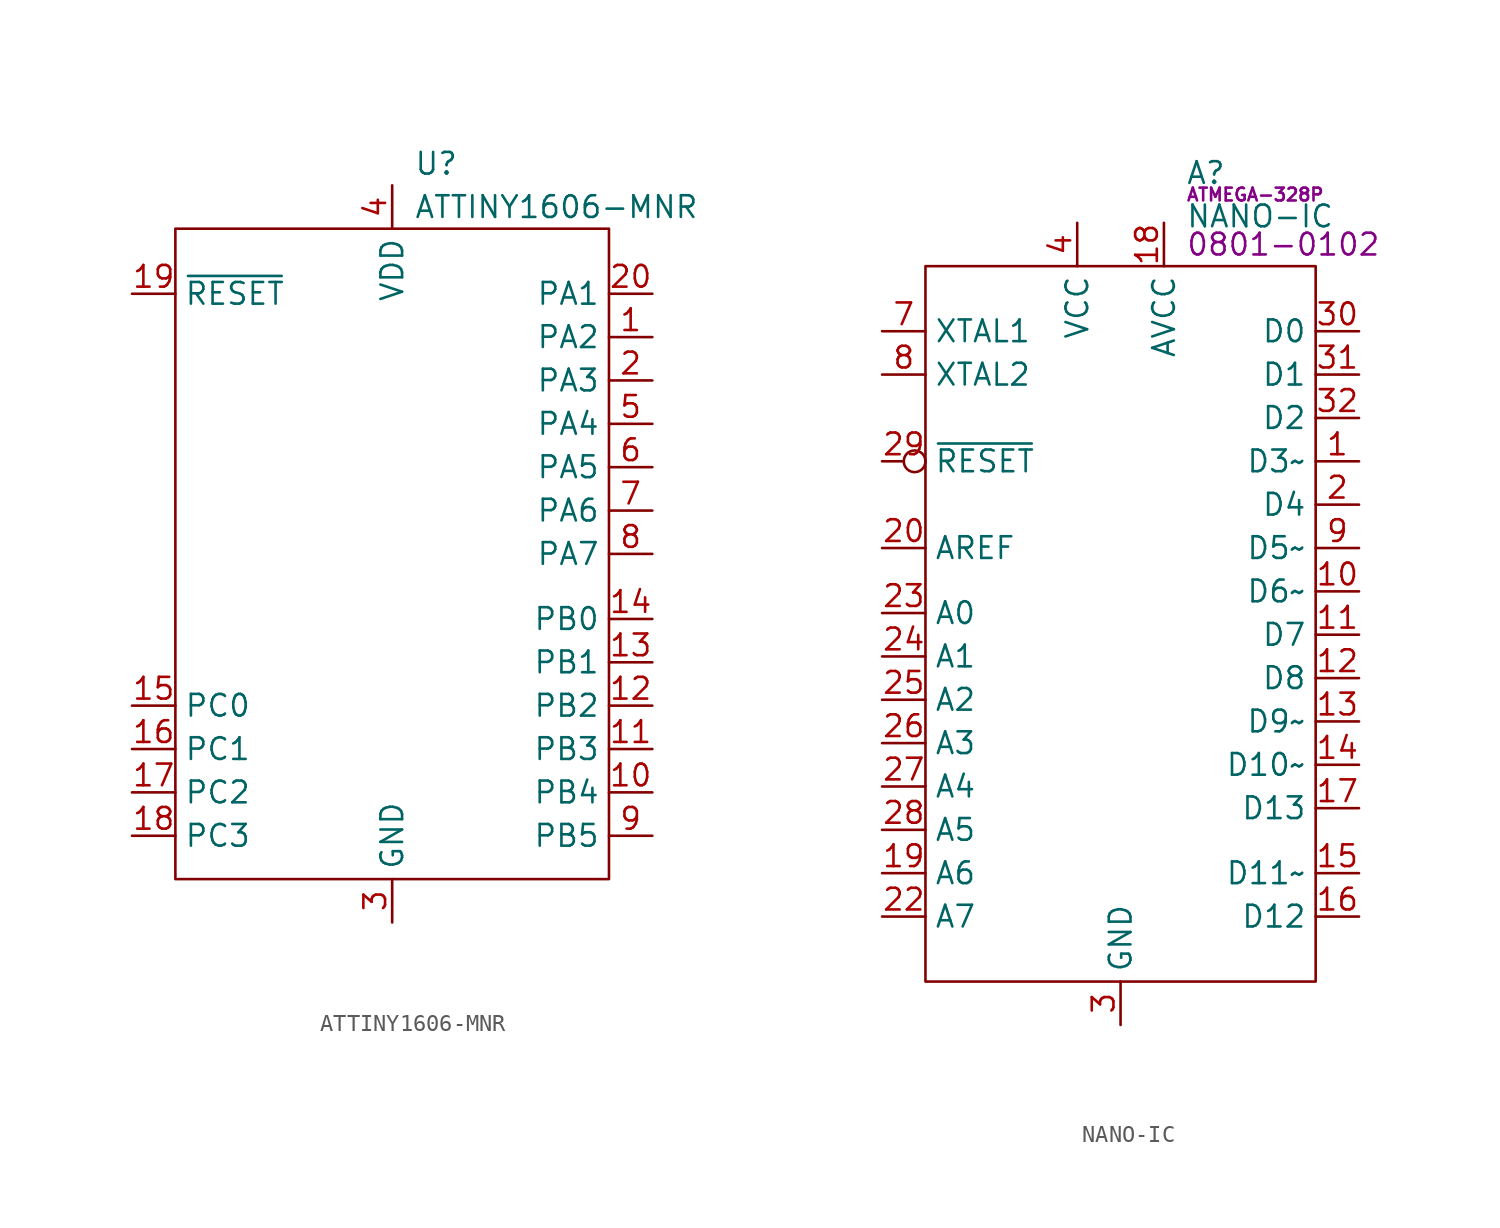
<source format=kicad_sym>
(kicad_symbol_lib
  (version 20220914)
  (generator kicad_symbol_editor)
  (symbol "ATTINY1606-MNR"
    (property "Reference" "U"
      (at 13.97 3.81 0)
      (effects (font (size 1.27 1.27)) (justify left)))
    (property "Value" "ATTINY1606-MNR"
      (at 13.97 1.27 0)
      (effects (font (size 1.27 1.27)) (justify left)))
    (symbol "ATTINY1606-MNR_0_0"
      (pin bidirectional line (at 27.94 -6.35 180) (length 2.54) (name "PA2" (effects (font (size 1.27 1.27)))) (number "1" (effects (font (size 1.27 1.27)))) (alternate "A2" bidirectional line) (alternate "EVOUT" bidirectional line) (alternate "LUT0-IN2" bidirectional line) (alternate "SPI-CIPO" bidirectional line) (alternate "USART-RX" bidirectional line))
      (pin bidirectional line (at 27.94 -33.02 180) (length 2.54) (name "PB4" (effects (font (size 1.27 1.27)))) (number "10" (effects (font (size 1.27 1.27)))) (alternate "A9" bidirectional line) (alternate "AC1-IN-" bidirectional line) (alternate "LUT0-OUT" bidirectional line) (alternate "WO1" bidirectional line))
      (pin bidirectional line (at 27.94 -30.48 180) (length 2.54) (name "PB3" (effects (font (size 1.27 1.27)))) (number "11" (effects (font (size 1.27 1.27)))) (alternate "USART-RX" bidirectional line) (alternate "WO0" bidirectional line))
      (pin bidirectional line (at 27.94 -27.94 180) (length 2.54) (name "PB2" (effects (font (size 1.27 1.27)))) (number "12" (effects (font (size 1.27 1.27)))) (alternate "EVOUT1" bidirectional line) (alternate "USART-TX" bidirectional line) (alternate "WO2" bidirectional line))
      (pin bidirectional line (at 27.94 -25.4 180) (length 2.54) (name "PB1" (effects (font (size 1.27 1.27)))) (number "13" (effects (font (size 1.27 1.27)))) (alternate "A10" bidirectional line) (alternate "I2C-SDA" bidirectional line) (alternate "USART-CK" bidirectional line) (alternate "WO1" bidirectional line))
      (pin bidirectional line (at 27.94 -22.86 180) (length 2.54) (name "PB0" (effects (font (size 1.27 1.27)))) (number "14" (effects (font (size 1.27 1.27)))) (alternate "A11" bidirectional line) (alternate "I2C-SCL" bidirectional line) (alternate "USART-XDIR" bidirectional line) (alternate "WO0" bidirectional line))
      (pin bidirectional line (at -2.54 -27.94 0) (length 2.54) (name "PC0" (effects (font (size 1.27 1.27)))) (number "15" (effects (font (size 1.27 1.27)))) (alternate "SPI-SCK" bidirectional line) (alternate "WO" bidirectional line))
      (pin bidirectional line (at -2.54 -30.48 0) (length 2.54) (name "PC1" (effects (font (size 1.27 1.27)))) (number "16" (effects (font (size 1.27 1.27)))) (alternate "LUT1-OUT" bidirectional line) (alternate "SPI-CIPO" bidirectional line))
      (pin bidirectional line (at -2.54 -33.02 0) (length 2.54) (name "PC2" (effects (font (size 1.27 1.27)))) (number "17" (effects (font (size 1.27 1.27)))) (alternate "EVOUT2" bidirectional line) (alternate "SPI-COPI" bidirectional line))
      (pin bidirectional line (at -2.54 -35.56 0) (length 2.54) (name "PC3" (effects (font (size 1.27 1.27)))) (number "18" (effects (font (size 1.27 1.27)))) (alternate "LUT1-IN0" bidirectional line) (alternate "SPI-~{SS}" bidirectional line) (alternate "WO3" bidirectional line))
      (pin bidirectional line (at -2.54 -3.81 0) (length 2.54) (name "~{RESET}" (effects (font (size 1.27 1.27)))) (number "19" (effects (font (size 1.27 1.27)))) (alternate "A0" bidirectional line) (alternate "LUT0-IN0" bidirectional line) (alternate "PA0" bidirectional line) (alternate "PA0-UPDI" bidirectional line) (alternate "UPDI" bidirectional line) (alternate "~{RESET}-UPDI" bidirectional line))
      (pin bidirectional line (at 27.94 -8.89 180) (length 2.54) (name "PA3" (effects (font (size 1.27 1.27)))) (number "2" (effects (font (size 1.27 1.27)))) (alternate "A3" bidirectional line) (alternate "EXTCLK" bidirectional line) (alternate "SPI-SCK" bidirectional line) (alternate "USART-CK" bidirectional line) (alternate "WO3" bidirectional line))
      (pin bidirectional line (at 27.94 -3.81 180) (length 2.54) (name "PA1" (effects (font (size 1.27 1.27)))) (number "20" (effects (font (size 1.27 1.27)))) (alternate "A1" bidirectional line) (alternate "LUT-IN1" bidirectional line) (alternate "SPI-COPI" bidirectional line) (alternate "USART-TX" bidirectional line))
      (pin power_in line (at 12.7 -40.64 90) (length 2.54) hide (name "GND" (effects (font (size 1.27 1.27)))) (number "21" (effects (font (size 1.27 1.27)))))
      (pin power_in line (at 12.7 -40.64 90) (length 2.54) (name "GND" (effects (font (size 1.27 1.27)))) (number "3" (effects (font (size 1.27 1.27)))))
      (pin power_in line (at 12.7 2.54 270) (length 2.54) (name "VDD" (effects (font (size 1.27 1.27)))) (number "4" (effects (font (size 1.27 1.27)))))
      (pin bidirectional line (at 27.94 -11.43 180) (length 2.54) (name "PA4" (effects (font (size 1.27 1.27)))) (number "5" (effects (font (size 1.27 1.27)))) (alternate "A4" bidirectional line) (alternate "LUT0-OUT" bidirectional line) (alternate "SPI-~{SS}" bidirectional line) (alternate "USART-XDIR" bidirectional line) (alternate "WO4" bidirectional line))
      (pin bidirectional line (at 27.94 -13.97 180) (length 2.54) (name "PA5" (effects (font (size 1.27 1.27)))) (number "6" (effects (font (size 1.27 1.27)))) (alternate "A5" bidirectional line) (alternate "AC-OUT" bidirectional line) (alternate "WO" bidirectional line) (alternate "WO5" bidirectional line))
      (pin bidirectional line (at 27.94 -16.51 180) (length 2.54) (name "PA6" (effects (font (size 1.27 1.27)))) (number "7" (effects (font (size 1.27 1.27)))) (alternate "A6" bidirectional line) (alternate "AC0-IN-" bidirectional line))
      (pin bidirectional line (at 27.94 -19.05 180) (length 2.54) (name "PA7" (effects (font (size 1.27 1.27)))) (number "8" (effects (font (size 1.27 1.27)))) (alternate "A7" bidirectional line) (alternate "AC0-IN+" bidirectional line) (alternate "LUT0-OUT" bidirectional line))
      (pin bidirectional line (at 27.94 -35.56 180) (length 2.54) (name "PB5" (effects (font (size 1.27 1.27)))) (number "9" (effects (font (size 1.27 1.27)))) (alternate "A8" bidirectional line) (alternate "AC1-IN+" bidirectional line) (alternate "CLKOUT" bidirectional line) (alternate "WO2" bidirectional line)))
    (symbol "ATTINY1606-MNR_0_1"
      (rectangle (start 0 0) (end 25.4 -38.1) (stroke (width 0) (type default)) (fill (type none)))))
  (symbol "NANO-IC"
    (property "Reference" "A"
      (at 15.24 5.461 0)
      (effects (font (size 1.27 1.27)) (justify left)))
    (property "Value" "NANO-IC"
      (at 15.24 2.921 0)
      (effects (font (size 1.27 1.27)) (justify left)))
    (property "IC" "ATMEGA-328P"
      (at 15.24 4.191 0)
      (effects (font (size 0.75 0.75)) (justify left)))
    (property "PartNumber" "0801-0102"
      (at 15.24 1.27 0)
      (effects (font (size 1.27 1.27)) (justify left)))
    (symbol "NANO-IC_0_0"
      (pin bidirectional line (at 25.4 -11.43 180) (length 2.54) (name "D3~" (effects (font (size 1.27 1.27)))) (number "1" (effects (font (size 1.27 1.27)))) (alternate "INT1" input line) (alternate "OC2B" bidirectional line) (alternate "PCINT19" input line) (alternate "PD3" bidirectional line))
      (pin bidirectional line (at 25.4 -19.05 180) (length 2.54) (name "D6~" (effects (font (size 1.27 1.27)))) (number "10" (effects (font (size 1.27 1.27)))) (alternate "AIN0" input line) (alternate "OC0A" input line) (alternate "PCINT22" input line) (alternate "PD6" bidirectional line))
      (pin bidirectional line (at 25.4 -21.59 180) (length 2.54) (name "D7" (effects (font (size 1.27 1.27)))) (number "11" (effects (font (size 1.27 1.27)))) (alternate "AIN1" input line) (alternate "PCINT23" input line) (alternate "PD7" bidirectional line))
      (pin bidirectional line (at 25.4 -24.13 180) (length 2.54) (name "D8" (effects (font (size 1.27 1.27)))) (number "12" (effects (font (size 1.27 1.27)))) (alternate "CLKO" bidirectional line) (alternate "ICP1" input line) (alternate "PB0" output line) (alternate "PCINT0" input line))
      (pin bidirectional line (at 25.4 -26.67 180) (length 2.54) (name "D9~" (effects (font (size 1.27 1.27)))) (number "13" (effects (font (size 1.27 1.27)))) (alternate "OC1A" input line) (alternate "PB1" bidirectional line) (alternate "PCINT1" input line))
      (pin bidirectional line (at 25.4 -29.21 180) (length 2.54) (name "D10~" (effects (font (size 1.27 1.27)))) (number "14" (effects (font (size 1.27 1.27)))) (alternate "OC1B" input line) (alternate "PB2" bidirectional line) (alternate "PCINT2" input line) (alternate "~{SS}" output line))
      (pin bidirectional line (at 25.4 -35.56 180) (length 2.54) (name "D11~" (effects (font (size 1.27 1.27)))) (number "15" (effects (font (size 1.27 1.27)))) (alternate "OC2A" input line) (alternate "PB3" bidirectional line) (alternate "PCINT3" input line) (alternate "SPI-COPI" output line))
      (pin bidirectional line (at 25.4 -38.1 180) (length 2.54) (name "D12" (effects (font (size 1.27 1.27)))) (number "16" (effects (font (size 1.27 1.27)))) (alternate "PB4" bidirectional line) (alternate "PCINT4" input line) (alternate "SPI-CIPO" input line))
      (pin bidirectional line (at 25.4 -31.75 180) (length 2.54) (name "D13" (effects (font (size 1.27 1.27)))) (number "17" (effects (font (size 1.27 1.27)))) (alternate "PB5" bidirectional line) (alternate "PCINT5" input line) (alternate "SPI-SCLK" output line))
      (pin power_in line (at 13.97 2.54 270) (length 2.54) (name "AVCC" (effects (font (size 1.27 1.27)))) (number "18" (effects (font (size 1.27 1.27)))))
      (pin input line (at -2.54 -35.56 0) (length 2.54) (name "A6" (effects (font (size 1.27 1.27)))) (number "19" (effects (font (size 1.27 1.27)))) (alternate "ADC6" input line))
      (pin bidirectional line (at 25.4 -13.97 180) (length 2.54) (name "D4" (effects (font (size 1.27 1.27)))) (number "2" (effects (font (size 1.27 1.27)))) (alternate "PCINT20" input line) (alternate "PD4" bidirectional line) (alternate "T0" bidirectional line) (alternate "XCK" input line))
      (pin input line (at -2.54 -16.51 0) (length 2.54) (name "AREF" (effects (font (size 1.27 1.27)))) (number "20" (effects (font (size 1.27 1.27)))))
      (pin power_in line (at 11.43 -44.45 90) (length 2.54) hide (name "GND" (effects (font (size 1.27 1.27)))) (number "21" (effects (font (size 1.27 1.27)))))
      (pin input line (at -2.54 -38.1 0) (length 2.54) (name "A7" (effects (font (size 1.27 1.27)))) (number "22" (effects (font (size 1.27 1.27)))) (alternate "ADC7" input line))
      (pin input line (at -2.54 -20.32 0) (length 2.54) (name "A0" (effects (font (size 1.27 1.27)))) (number "23" (effects (font (size 1.27 1.27)))) (alternate "D14" bidirectional line) (alternate "PC0" bidirectional line) (alternate "PCINT9" input line))
      (pin input line (at -2.54 -22.86 0) (length 2.54) (name "A1" (effects (font (size 1.27 1.27)))) (number "24" (effects (font (size 1.27 1.27)))) (alternate "D15" bidirectional line) (alternate "PC1" bidirectional line) (alternate "PCINT9" input line))
      (pin input line (at -2.54 -25.4 0) (length 2.54) (name "A2" (effects (font (size 1.27 1.27)))) (number "25" (effects (font (size 1.27 1.27)))) (alternate "D16" bidirectional line) (alternate "PC2" bidirectional line) (alternate "PCINT10" input line))
      (pin input line (at -2.54 -27.94 0) (length 2.54) (name "A3" (effects (font (size 1.27 1.27)))) (number "26" (effects (font (size 1.27 1.27)))) (alternate "D17" bidirectional line) (alternate "PC3" bidirectional line) (alternate "PCINT11" input line))
      (pin input line (at -2.54 -30.48 0) (length 2.54) (name "A4" (effects (font (size 1.27 1.27)))) (number "27" (effects (font (size 1.27 1.27)))) (alternate "D18" bidirectional line) (alternate "I2C-SDA" bidirectional line) (alternate "PC4" bidirectional line) (alternate "PCINT12" input line))
      (pin input line (at -2.54 -33.02 0) (length 2.54) (name "A5" (effects (font (size 1.27 1.27)))) (number "28" (effects (font (size 1.27 1.27)))) (alternate "D19" bidirectional line) (alternate "I2C-SCLK" input line) (alternate "PC5" bidirectional line) (alternate "PCINT13" input line))
      (pin input inverted (at -2.54 -11.43 0) (length 2.54) (name "~{RESET}" (effects (font (size 1.27 1.27)))) (number "29" (effects (font (size 1.27 1.27)))) (alternate "PC6" bidirectional line) (alternate "PCINT14" input line))
      (pin power_in line (at 11.43 -44.45 90) (length 2.54) (name "GND" (effects (font (size 1.27 1.27)))) (number "3" (effects (font (size 1.27 1.27)))))
      (pin bidirectional line (at 25.4 -3.81 180) (length 2.54) (name "D0" (effects (font (size 1.27 1.27)))) (number "30" (effects (font (size 1.27 1.27)))) (alternate "PCINT16" input line) (alternate "PD0" bidirectional line) (alternate "RXD" input line))
      (pin bidirectional line (at 25.4 -6.35 180) (length 2.54) (name "D1" (effects (font (size 1.27 1.27)))) (number "31" (effects (font (size 1.27 1.27)))) (alternate "PCINT17" input line) (alternate "PD1" bidirectional line) (alternate "TXD" output line))
      (pin bidirectional line (at 25.4 -8.89 180) (length 2.54) (name "D2" (effects (font (size 1.27 1.27)))) (number "32" (effects (font (size 1.27 1.27)))) (alternate "INT0" input line) (alternate "PCINT18" input line) (alternate "PD2" bidirectional line))
      (pin power_in line (at 8.89 2.54 270) (length 2.54) (name "VCC" (effects (font (size 1.27 1.27)))) (number "4" (effects (font (size 1.27 1.27)))))
      (pin power_in line (at 11.43 -44.45 90) (length 2.54) hide (name "GND" (effects (font (size 1.27 1.27)))) (number "5" (effects (font (size 1.27 1.27)))))
      (pin power_in line (at 8.89 2.54 270) (length 2.54) hide (name "VCC" (effects (font (size 1.27 1.27)))) (number "6" (effects (font (size 1.27 1.27)))))
      (pin input line (at -2.54 -3.81 0) (length 2.54) (name "XTAL1" (effects (font (size 1.27 1.27)))) (number "7" (effects (font (size 1.27 1.27)))))
      (pin input line (at -2.54 -6.35 0) (length 2.54) (name "XTAL2" (effects (font (size 1.27 1.27)))) (number "8" (effects (font (size 1.27 1.27)))))
      (pin bidirectional line (at 25.4 -16.51 180) (length 2.54) (name "D5~" (effects (font (size 1.27 1.27)))) (number "9" (effects (font (size 1.27 1.27)))) (alternate "OC0B" input line) (alternate "PCINT21" input line) (alternate "PD5" bidirectional line) (alternate "T1" bidirectional line)))
    (symbol "NANO-IC_0_1"
      (rectangle (start 0 0) (end 22.86 -41.91) (stroke (width 0) (type default)) (fill (type none))))))
</source>
